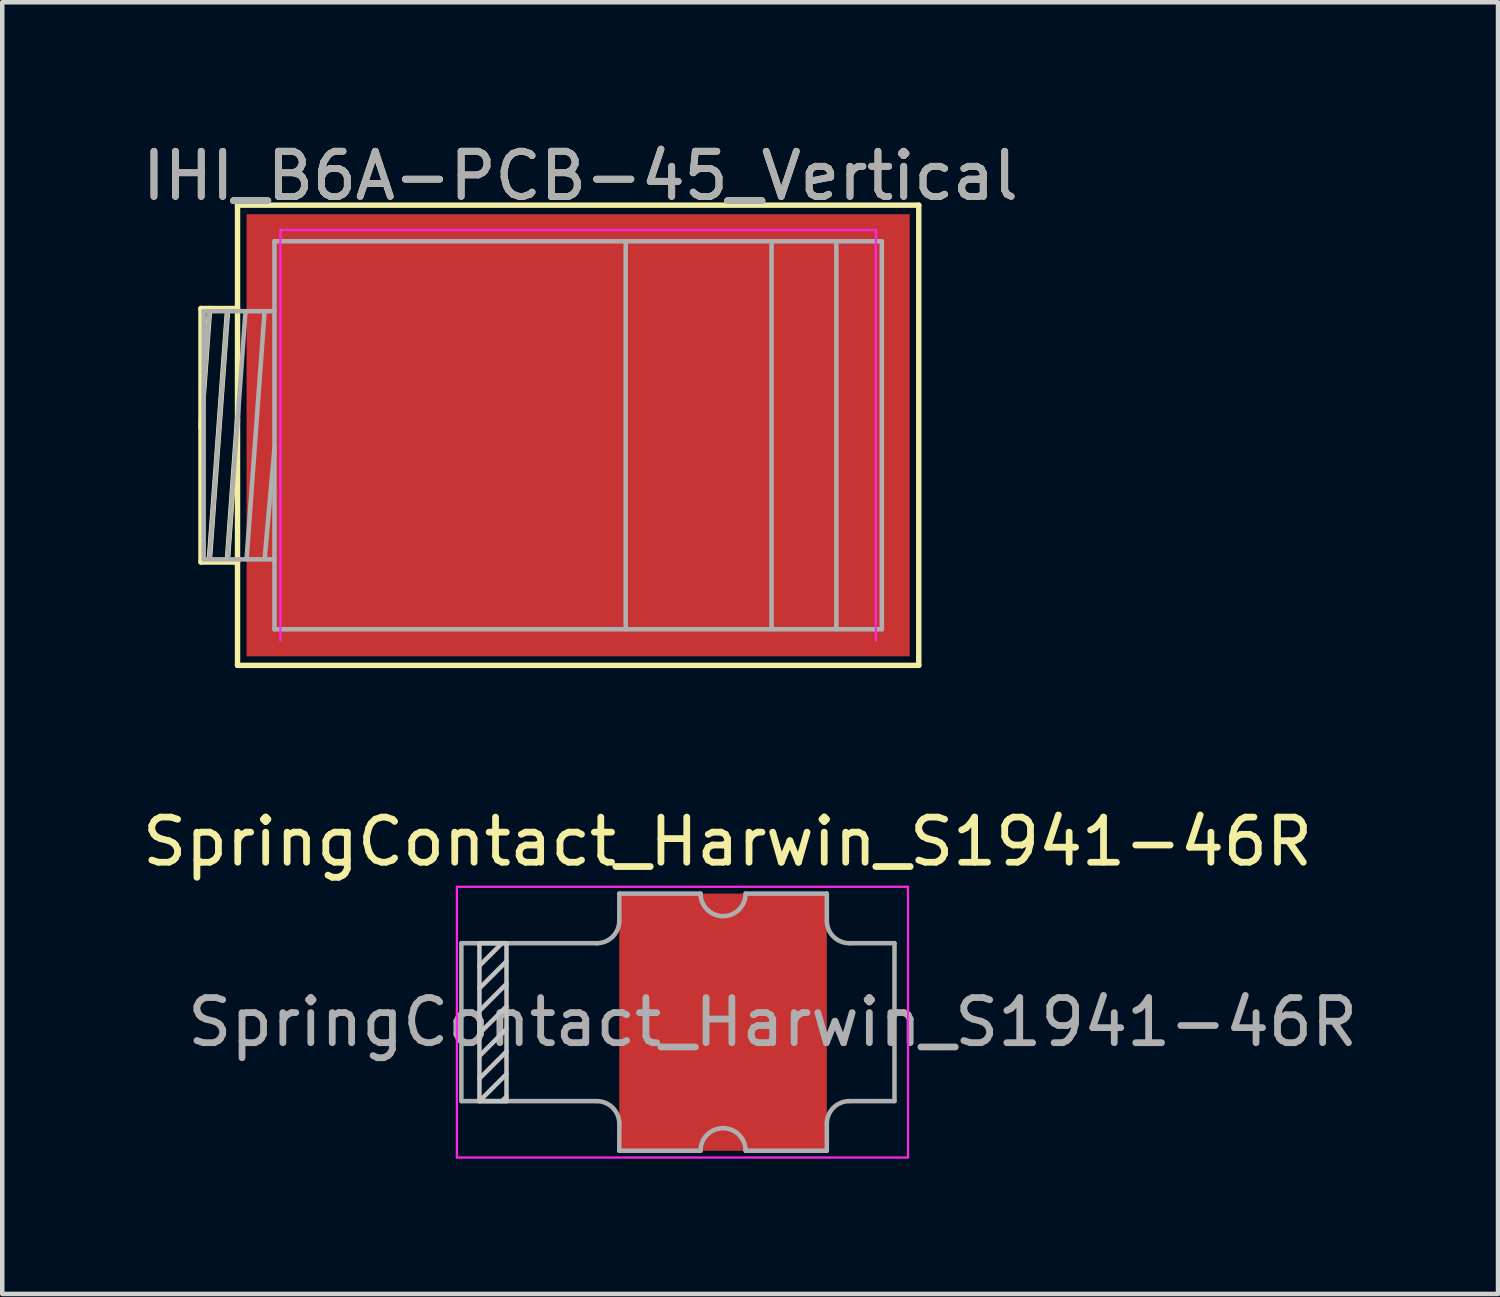
<source format=kicad_pcb>
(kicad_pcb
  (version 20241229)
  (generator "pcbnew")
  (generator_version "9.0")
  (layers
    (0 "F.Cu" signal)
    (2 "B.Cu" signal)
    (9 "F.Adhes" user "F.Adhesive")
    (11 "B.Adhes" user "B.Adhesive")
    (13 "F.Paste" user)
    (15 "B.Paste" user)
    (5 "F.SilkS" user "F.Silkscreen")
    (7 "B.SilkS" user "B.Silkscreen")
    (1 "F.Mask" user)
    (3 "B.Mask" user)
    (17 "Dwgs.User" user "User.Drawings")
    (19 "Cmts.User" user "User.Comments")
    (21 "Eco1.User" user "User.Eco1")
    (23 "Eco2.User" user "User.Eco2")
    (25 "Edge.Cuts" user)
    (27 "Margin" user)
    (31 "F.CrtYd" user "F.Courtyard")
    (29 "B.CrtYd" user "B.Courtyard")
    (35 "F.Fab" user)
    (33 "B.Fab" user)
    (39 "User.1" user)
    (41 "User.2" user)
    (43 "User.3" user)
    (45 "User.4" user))
  (footprint "SpringContact_Harwin_S1941-46R"
    (layer "F.Cu")
    (at 14.077 19.607)
    (property "Reference" "SpringContact_Harwin_S1941-46R" (at -1 -4 0) (layer "F.SilkS") (effects (font (size 1 1) (thickness 0.15))))
    (attr smd)
    (fp_line (start -6.5 -1.75) (end -6.5 1.75) (stroke (width 0.1) (type solid)) (layer "Dwgs.User"))
    (fp_line (start -6.5 -0.75) (end -5.9 -1.35) (stroke (width 0.1) (type solid)) (layer "Dwgs.User"))
    (fp_line (start -6.5 0.25) (end -5.9 -0.35) (stroke (width 0.1) (type solid)) (layer "Dwgs.User"))
    (fp_line (start -6.5 1.25) (end -5.9 0.65) (stroke (width 0.1) (type solid)) (layer "Dwgs.User"))
    (fp_line (start -6.5 1.75) (end -5.9 1.75) (stroke (width 0.1) (type solid)) (layer "Dwgs.User"))
    (fp_line (start -6 -1.75) (end -6.5 -1.25) (stroke (width 0.1) (type solid)) (layer "Dwgs.User"))
    (fp_line (start -5.9 -1.75) (end -6.5 -1.75) (stroke (width 0.1) (type solid)) (layer "Dwgs.User"))
    (fp_line (start -5.9 -0.85) (end -6.5 -0.25) (stroke (width 0.1) (type solid)) (layer "Dwgs.User"))
    (fp_line (start -5.9 0.15) (end -6.5 0.75) (stroke (width 0.1) (type solid)) (layer "Dwgs.User"))
    (fp_line (start -5.9 1.15) (end -6.5 1.75) (stroke (width 0.1) (type solid)) (layer "Dwgs.User"))
    (fp_line (start -5.9 1.65) (end -6 1.75) (stroke (width 0.1) (type solid)) (layer "Dwgs.User"))
    (fp_line (start -5.9 1.75) (end -5.9 -1.75) (stroke (width 0.1) (type solid)) (layer "Dwgs.User"))
    (fp_line (start -7 -3) (end 3 -3) (stroke (width 0.05) (type solid)) (layer "F.CrtYd"))
    (fp_line (start -7 3) (end -7 -3) (stroke (width 0.05) (type solid)) (layer "F.CrtYd"))
    (fp_line (start 3 -3) (end 3 3) (stroke (width 0.05) (type solid)) (layer "F.CrtYd"))
    (fp_line (start 3 3) (end -7 3) (stroke (width 0.05) (type solid)) (layer "F.CrtYd"))
    (fp_line (start -6.9 -1.75) (end -3.9 -1.75) (stroke (width 0.1) (type solid)) (layer "F.Fab"))
    (fp_line (start -6.9 1.75) (end -6.9 -1.75) (stroke (width 0.1) (type solid)) (layer "F.Fab"))
    (fp_line (start -6.9 1.75) (end -3.9 1.75) (stroke (width 0.1) (type solid)) (layer "F.Fab"))
    (fp_line (start -3.4 -2.25) (end -3.4 -2.85) (stroke (width 0.1) (type solid)) (layer "F.Fab"))
    (fp_line (start -3.4 2.25) (end -3.4 2.85) (stroke (width 0.1) (type solid)) (layer "F.Fab"))
    (fp_line (start -1.6 -2.85) (end -3.4 -2.85) (stroke (width 0.1) (type solid)) (layer "F.Fab"))
    (fp_line (start -1.6 2.85) (end -3.4 2.85) (stroke (width 0.1) (type solid)) (layer "F.Fab"))
    (fp_line (start -0.6 -2.85) (end 1.2 -2.85) (stroke (width 0.1) (type solid)) (layer "F.Fab"))
    (fp_line (start -0.6 2.85) (end 1.2 2.85) (stroke (width 0.1) (type solid)) (layer "F.Fab"))
    (fp_line (start 1.2 -2.25) (end 1.2 -2.85) (stroke (width 0.1) (type solid)) (layer "F.Fab"))
    (fp_line (start 1.2 2.25) (end 1.2 2.85) (stroke (width 0.1) (type solid)) (layer "F.Fab"))
    (fp_line (start 1.7 -1.75) (end 2.7 -1.75) (stroke (width 0.1) (type solid)) (layer "F.Fab"))
    (fp_line (start 1.7 1.75) (end 2.7 1.75) (stroke (width 0.1) (type solid)) (layer "F.Fab"))
    (fp_line (start 2.7 -1.75) (end 2.7 1.75) (stroke (width 0.1) (type solid)) (layer "F.Fab"))
    (fp_arc (start -3.9 1.75) (mid -3.546447 1.896447) (end -3.4 2.25) (stroke (width 0.1) (type solid)) (layer "F.Fab"))
    (fp_arc (start -3.4 -2.25) (mid -3.546447 -1.896447) (end -3.9 -1.75) (stroke (width 0.1) (type solid)) (layer "F.Fab"))
    (fp_arc (start -1.6 2.85) (mid -1.1 2.35) (end -0.6 2.85) (stroke (width 0.1) (type solid)) (layer "F.Fab"))
    (fp_arc (start -0.6 -2.85) (mid -1.1 -2.35) (end -1.6 -2.85) (stroke (width 0.1) (type solid)) (layer "F.Fab"))
    (fp_arc (start 1.2 2.25) (mid 1.346447 1.896447) (end 1.7 1.75) (stroke (width 0.1) (type solid)) (layer "F.Fab"))
    (fp_arc (start 1.7 -1.75) (mid 1.346447 -1.896447) (end 1.2 -2.25) (stroke (width 0.1) (type solid)) (layer "F.Fab"))
    (fp_text user "${REFERENCE}" (at 0 0 0) (layer "F.Fab") (effects (font (size 1 1) (thickness 0.15))))
    (pad "1" smd rect (at -1.1 0) (size 4.6 5.7) (layers "F.Cu" "F.Mask" "F.Paste")))
  (footprint "IHI_B6A-PCB-45_Vertical"
    (layer "F.Cu")
    (at 9.765 6.598)
    (property "Reference" "IHI_B6A-PCB-45_Vertical" (at 0.05 -5.75 0) (layer "F.SilkS") (effects (font (size 1 1) (thickness 0.15))))
    (attr smd)
    (fp_line (start -8.36 -2.81) (end -7.55 -2.81) (stroke (width 0.12) (type solid)) (layer "F.SilkS"))
    (fp_line (start -8.36 -0.175) (end -8.168 -2.81) (stroke (width 0.12) (type solid)) (layer "F.SilkS"))
    (fp_line (start -8.36 2.81) (end -8.36 -2.81) (stroke (width 0.12) (type solid)) (layer "F.SilkS"))
    (fp_line (start -7.773 -2.75) (end -8.173 2.75) (stroke (width 0.12) (type solid)) (layer "F.SilkS"))
    (fp_line (start -7.773 2.75) (end -7.55 -0.35) (stroke (width 0.12) (type solid)) (layer "F.SilkS"))
    (fp_line (start -7.55 -5.1) (end 7.55 -5.1) (stroke (width 0.12) (type solid)) (layer "F.SilkS"))
    (fp_line (start -7.55 2.81) (end -8.36 2.81) (stroke (width 0.12) (type solid)) (layer "F.SilkS"))
    (fp_line (start -7.55 5.1) (end -7.55 -5.1) (stroke (width 0.12) (type solid)) (layer "F.SilkS"))
    (fp_line (start 7.55 -5.1) (end 7.55 5.1) (stroke (width 0.12) (type solid)) (layer "F.SilkS"))
    (fp_line (start 7.55 5.1) (end -7.55 5.1) (stroke (width 0.12) (type solid)) (layer "F.SilkS"))
    (fp_line (start -6.6 -4.55) (end 6.6 -4.55) (stroke (width 0.05) (type solid)) (layer "F.CrtYd"))
    (fp_line (start -6.6 4.55) (end -6.6 -4.55) (stroke (width 0.05) (type solid)) (layer "F.CrtYd"))
    (fp_line (start 6.6 -4.55) (end 6.6 4.55) (stroke (width 0.05) (type solid)) (layer "F.CrtYd"))
    (fp_line (start -8.3 -2.75) (end -6.731 -2.75) (stroke (width 0.1) (type solid)) (layer "F.Fab"))
    (fp_line (start -8.3 -1) (end -8.173 -2.75) (stroke (width 0.1) (type solid)) (layer "F.Fab"))
    (fp_line (start -8.3 2.75) (end -8.3 -2.75) (stroke (width 0.1) (type solid)) (layer "F.Fab"))
    (fp_line (start -7.773 -2.75) (end -8.173 2.75) (stroke (width 0.1) (type solid)) (layer "F.Fab"))
    (fp_line (start -7.773 2.75) (end -7.373 -2.75) (stroke (width 0.1) (type solid)) (layer "F.Fab"))
    (fp_line (start -7.35 2.75) (end -6.95 -2.75) (stroke (width 0.1) (type solid)) (layer "F.Fab"))
    (fp_line (start -6.95 2.75) (end -6.73 0.275) (stroke (width 0.1) (type solid)) (layer "F.Fab"))
    (fp_line (start -6.731 2.75) (end -8.3 2.75) (stroke (width 0.1) (type solid)) (layer "F.Fab"))
    (fp_line (start -6.731 4.3) (end -6.731 -4.3) (stroke (width 0.1) (type solid)) (layer "F.Fab"))
    (fp_line (start -6.731 4.3) (end 6.731 4.3) (stroke (width 0.1) (type solid)) (layer "F.Fab"))
    (fp_line (start 1.054 -4.3) (end 1.054 4.3) (stroke (width 0.1) (type solid)) (layer "F.Fab"))
    (fp_line (start 4.287 -4.3) (end 4.287 4.3) (stroke (width 0.1) (type solid)) (layer "F.Fab"))
    (fp_line (start 5.723 -4.3) (end 5.723 4.3) (stroke (width 0.1) (type solid)) (layer "F.Fab"))
    (fp_line (start 6.731 -4.3) (end -6.731 -4.3) (stroke (width 0.1) (type solid)) (layer "F.Fab"))
    (fp_line (start 6.731 -4.3) (end 6.731 4.3) (stroke (width 0.1) (type solid)) (layer "F.Fab"))
    (fp_text user "${REFERENCE}" (at 0.05 -5.75 0) (layer "F.Fab") (effects (font (size 1 1) (thickness 0.15))))
    (pad "1" smd rect (at -6.05 -3.85 180) (size 1.3 0.8) (layers "F.Cu" "F.Paste"))
    (pad "1" smd rect (at -6.05 -2.75 180) (size 1.3 0.8) (layers "F.Cu" "F.Paste"))
    (pad "1" smd rect (at -6.05 -1.65 180) (size 1.3 0.8) (layers "F.Cu" "F.Paste"))
    (pad "1" smd rect (at -6.05 -0.55 180) (size 1.3 0.8) (layers "F.Cu" "F.Paste"))
    (pad "1" smd rect (at -6.05 0.55 180) (size 1.3 0.8) (layers "F.Cu" "F.Paste"))
    (pad "1" smd rect (at -6.05 1.65 180) (size 1.3 0.8) (layers "F.Cu" "F.Paste"))
    (pad "1" smd rect (at -6.05 2.75 180) (size 1.3 0.8) (layers "F.Cu" "F.Paste"))
    (pad "1" smd rect (at -6.05 3.85 180) (size 1.3 0.8) (layers "F.Cu" "F.Paste"))
    (pad "1" smd rect (at -4.45 -3.85 180) (size 1.3 0.8) (layers "F.Cu" "F.Paste"))
    (pad "1" smd rect (at -4.45 -2.75 180) (size 1.3 0.8) (layers "F.Cu" "F.Paste"))
    (pad "1" smd rect (at -4.45 -1.65 180) (size 1.3 0.8) (layers "F.Cu" "F.Paste"))
    (pad "1" smd rect (at -4.45 -0.55 180) (size 1.3 0.8) (layers "F.Cu" "F.Paste"))
    (pad "1" smd rect (at -4.45 0.55 180) (size 1.3 0.8) (layers "F.Cu" "F.Paste"))
    (pad "1" smd rect (at -4.45 1.65 180) (size 1.3 0.8) (layers "F.Cu" "F.Paste"))
    (pad "1" smd rect (at -4.45 2.75 180) (size 1.3 0.8) (layers "F.Cu" "F.Paste"))
    (pad "1" smd rect (at -4.45 3.85 180) (size 1.3 0.8) (layers "F.Cu" "F.Paste"))
    (pad "1" smd rect (at -2.85 -3.85 180) (size 1.3 0.8) (layers "F.Cu" "F.Paste"))
    (pad "1" smd rect (at -2.85 -2.75 180) (size 1.3 0.8) (layers "F.Cu" "F.Paste"))
    (pad "1" smd rect (at -2.85 -1.65 180) (size 1.3 0.8) (layers "F.Cu" "F.Paste"))
    (pad "1" smd rect (at -2.85 -0.55 180) (size 1.3 0.8) (layers "F.Cu" "F.Paste"))
    (pad "1" smd rect (at -2.85 0.55 180) (size 1.3 0.8) (layers "F.Cu" "F.Paste"))
    (pad "1" smd rect (at -2.85 1.65 180) (size 1.3 0.8) (layers "F.Cu" "F.Paste"))
    (pad "1" smd rect (at -2.85 2.75 180) (size 1.3 0.8) (layers "F.Cu" "F.Paste"))
    (pad "1" smd rect (at -2.85 3.85 180) (size 1.3 0.8) (layers "F.Cu" "F.Paste"))
    (pad "1" smd rect (at -1.25 -3.85 180) (size 1.3 0.8) (layers "F.Cu" "F.Paste"))
    (pad "1" smd rect (at -1.25 -2.75 180) (size 1.3 0.8) (layers "F.Cu" "F.Paste"))
    (pad "1" smd rect (at -1.25 -1.65 180) (size 1.3 0.8) (layers "F.Cu" "F.Paste"))
    (pad "1" smd rect (at -1.25 -0.55 180) (size 1.3 0.8) (layers "F.Cu" "F.Paste"))
    (pad "1" smd rect (at -1.25 0.55 180) (size 1.3 0.8) (layers "F.Cu" "F.Paste"))
    (pad "1" smd rect (at -1.25 1.65 180) (size 1.3 0.8) (layers "F.Cu" "F.Paste"))
    (pad "1" smd rect (at -1.25 2.75 180) (size 1.3 0.8) (layers "F.Cu" "F.Paste"))
    (pad "1" smd rect (at -1.25 3.85 180) (size 1.3 0.8) (layers "F.Cu" "F.Paste"))
    (pad "1" smd rect (at 0 0 180) (size 14.7 9.8) (layers "F.Cu" "F.Mask"))
    (pad "1" smd rect (at 0.35 -3.85 180) (size 1.3 0.8) (layers "F.Cu" "F.Paste"))
    (pad "1" smd rect (at 0.35 -2.75 180) (size 1.3 0.8) (layers "F.Cu" "F.Paste"))
    (pad "1" smd rect (at 0.35 -1.65 180) (size 1.3 0.8) (layers "F.Cu" "F.Paste"))
    (pad "1" smd rect (at 0.35 -0.55 180) (size 1.3 0.8) (layers "F.Cu" "F.Paste"))
    (pad "1" smd rect (at 0.35 0.55 180) (size 1.3 0.8) (layers "F.Cu" "F.Paste"))
    (pad "1" smd rect (at 0.35 1.65 180) (size 1.3 0.8) (layers "F.Cu" "F.Paste"))
    (pad "1" smd rect (at 0.35 2.75 180) (size 1.3 0.8) (layers "F.Cu" "F.Paste"))
    (pad "1" smd rect (at 0.35 3.85 180) (size 1.3 0.8) (layers "F.Cu" "F.Paste"))
    (pad "1" smd rect (at 5.005 -3.85 180) (size 1.3 0.8) (layers "F.Cu" "F.Paste"))
    (pad "1" smd rect (at 5.005 -2.75 180) (size 1.3 0.8) (layers "F.Cu" "F.Paste"))
    (pad "1" smd rect (at 5.005 -1.65 180) (size 1.3 0.8) (layers "F.Cu" "F.Paste"))
    (pad "1" smd rect (at 5.005 -0.55 180) (size 1.3 0.8) (layers "F.Cu" "F.Paste"))
    (pad "1" smd rect (at 5.005 0.55 180) (size 1.3 0.8) (layers "F.Cu" "F.Paste"))
    (pad "1" smd rect (at 5.005 1.65 180) (size 1.3 0.8) (layers "F.Cu" "F.Paste"))
    (pad "1" smd rect (at 5.005 2.75 180) (size 1.3 0.8) (layers "F.Cu" "F.Paste"))
    (pad "1" smd rect (at 5.005 3.85 180) (size 1.3 0.8) (layers "F.Cu" "F.Paste")))
  (gr_rect
    (start -3 -3)
    (end 30.155 25.631)
    (stroke (width 0.1) (type default))
    (fill no)
    (layer "Edge.Cuts")))
</source>
